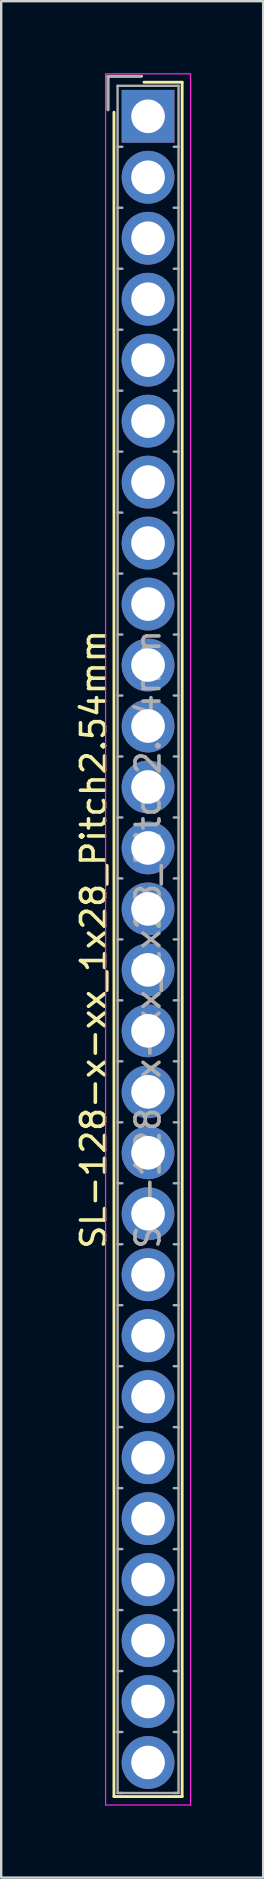
<source format=kicad_pcb>
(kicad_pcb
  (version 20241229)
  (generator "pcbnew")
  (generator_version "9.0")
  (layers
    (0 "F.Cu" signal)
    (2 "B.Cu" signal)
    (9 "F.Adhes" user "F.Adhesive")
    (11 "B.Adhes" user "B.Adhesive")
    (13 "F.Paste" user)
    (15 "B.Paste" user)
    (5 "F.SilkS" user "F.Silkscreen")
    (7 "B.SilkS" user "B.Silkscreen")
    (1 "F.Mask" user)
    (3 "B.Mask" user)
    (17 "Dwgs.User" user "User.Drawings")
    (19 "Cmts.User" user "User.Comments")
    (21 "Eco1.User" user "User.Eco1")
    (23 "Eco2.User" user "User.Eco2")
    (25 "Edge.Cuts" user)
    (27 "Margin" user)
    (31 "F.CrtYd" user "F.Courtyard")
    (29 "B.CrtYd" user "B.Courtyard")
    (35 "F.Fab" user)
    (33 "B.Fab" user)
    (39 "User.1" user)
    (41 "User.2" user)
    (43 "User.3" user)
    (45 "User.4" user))
  (footprint "SL-128-x-xx_1x28_Pitch2.54mm"
    (layer "F.Cu")
    (at 3.118 1.795)
    (property "Reference" "SL-128-x-xx_1x28_Pitch2.54mm" (at -2.27 34.29 90) (layer "F.SilkS") (effects (font (size 1 1) (thickness 0.15))))
    (attr through_hole)
    (fp_line (start -1.67 -1.67) (end -1.67 -0.27) (stroke (width 0.12) (type solid)) (layer "F.SilkS"))
    (fp_line (start -1.42 70) (end -1.42 -0.17) (stroke (width 0.12) (type solid)) (layer "F.SilkS"))
    (fp_line (start -0.27 -1.67) (end -1.67 -1.67) (stroke (width 0.12) (type solid)) (layer "F.SilkS"))
    (fp_line (start -0.17 -1.42) (end 1.42 -1.42) (stroke (width 0.12) (type solid)) (layer "F.SilkS"))
    (fp_line (start 1.42 -1.42) (end 1.42 70) (stroke (width 0.12) (type solid)) (layer "F.SilkS"))
    (fp_line (start 1.42 70) (end -1.42 70) (stroke (width 0.12) (type solid)) (layer "F.SilkS"))
    (fp_line (start -1.77 -1.77) (end -1.77 70.35) (stroke (width 0.05) (type solid)) (layer "F.CrtYd"))
    (fp_line (start -1.77 70.35) (end 1.77 70.35) (stroke (width 0.05) (type solid)) (layer "F.CrtYd"))
    (fp_line (start 1.77 -1.77) (end -1.77 -1.77) (stroke (width 0.05) (type solid)) (layer "F.CrtYd"))
    (fp_line (start 1.77 70.35) (end 1.77 -1.77) (stroke (width 0.05) (type solid)) (layer "F.CrtYd"))
    (fp_line (start -1.67 -1.67) (end -1.67 -0.27) (stroke (width 0.1) (type solid)) (layer "F.Fab"))
    (fp_line (start -1.27 -1.27) (end -1.27 69.85) (stroke (width 0.1) (type solid)) (layer "F.Fab"))
    (fp_line (start -1.27 1.27) (end -1.07 1.27) (stroke (width 0.1) (type solid)) (layer "F.Fab"))
    (fp_line (start -1.27 3.81) (end -1.07 3.81) (stroke (width 0.1) (type solid)) (layer "F.Fab"))
    (fp_line (start -1.27 6.35) (end -1.07 6.35) (stroke (width 0.1) (type solid)) (layer "F.Fab"))
    (fp_line (start -1.27 8.89) (end -1.07 8.89) (stroke (width 0.1) (type solid)) (layer "F.Fab"))
    (fp_line (start -1.27 11.43) (end -1.07 11.43) (stroke (width 0.1) (type solid)) (layer "F.Fab"))
    (fp_line (start -1.27 13.97) (end -1.07 13.97) (stroke (width 0.1) (type solid)) (layer "F.Fab"))
    (fp_line (start -1.27 16.51) (end -1.07 16.51) (stroke (width 0.1) (type solid)) (layer "F.Fab"))
    (fp_line (start -1.27 19.05) (end -1.07 19.05) (stroke (width 0.1) (type solid)) (layer "F.Fab"))
    (fp_line (start -1.27 21.59) (end -1.07 21.59) (stroke (width 0.1) (type solid)) (layer "F.Fab"))
    (fp_line (start -1.27 24.13) (end -1.07 24.13) (stroke (width 0.1) (type solid)) (layer "F.Fab"))
    (fp_line (start -1.27 26.67) (end -1.07 26.67) (stroke (width 0.1) (type solid)) (layer "F.Fab"))
    (fp_line (start -1.27 29.21) (end -1.07 29.21) (stroke (width 0.1) (type solid)) (layer "F.Fab"))
    (fp_line (start -1.27 31.75) (end -1.07 31.75) (stroke (width 0.1) (type solid)) (layer "F.Fab"))
    (fp_line (start -1.27 34.29) (end -1.07 34.29) (stroke (width 0.1) (type solid)) (layer "F.Fab"))
    (fp_line (start -1.27 36.83) (end -1.07 36.83) (stroke (width 0.1) (type solid)) (layer "F.Fab"))
    (fp_line (start -1.27 39.37) (end -1.07 39.37) (stroke (width 0.1) (type solid)) (layer "F.Fab"))
    (fp_line (start -1.27 41.91) (end -1.07 41.91) (stroke (width 0.1) (type solid)) (layer "F.Fab"))
    (fp_line (start -1.27 44.45) (end -1.07 44.45) (stroke (width 0.1) (type solid)) (layer "F.Fab"))
    (fp_line (start -1.27 46.99) (end -1.07 46.99) (stroke (width 0.1) (type solid)) (layer "F.Fab"))
    (fp_line (start -1.27 49.53) (end -1.07 49.53) (stroke (width 0.1) (type solid)) (layer "F.Fab"))
    (fp_line (start -1.27 52.07) (end -1.07 52.07) (stroke (width 0.1) (type solid)) (layer "F.Fab"))
    (fp_line (start -1.27 54.61) (end -1.07 54.61) (stroke (width 0.1) (type solid)) (layer "F.Fab"))
    (fp_line (start -1.27 57.15) (end -1.07 57.15) (stroke (width 0.1) (type solid)) (layer "F.Fab"))
    (fp_line (start -1.27 59.69) (end -1.07 59.69) (stroke (width 0.1) (type solid)) (layer "F.Fab"))
    (fp_line (start -1.27 62.23) (end -1.07 62.23) (stroke (width 0.1) (type solid)) (layer "F.Fab"))
    (fp_line (start -1.27 64.77) (end -1.07 64.77) (stroke (width 0.1) (type solid)) (layer "F.Fab"))
    (fp_line (start -1.27 67.31) (end -1.07 67.31) (stroke (width 0.1) (type solid)) (layer "F.Fab"))
    (fp_line (start -1.27 69.85) (end -1.07 69.85) (stroke (width 0.1) (type solid)) (layer "F.Fab"))
    (fp_line (start -1.27 69.85) (end 1.27 69.85) (stroke (width 0.1) (type solid)) (layer "F.Fab"))
    (fp_line (start -0.27 -1.67) (end -1.67 -1.67) (stroke (width 0.1) (type solid)) (layer "F.Fab"))
    (fp_line (start 1.27 -1.27) (end -1.27 -1.27) (stroke (width 0.1) (type solid)) (layer "F.Fab"))
    (fp_line (start 1.27 1.27) (end 1.07 1.27) (stroke (width 0.1) (type solid)) (layer "F.Fab"))
    (fp_line (start 1.27 3.81) (end 1.07 3.81) (stroke (width 0.1) (type solid)) (layer "F.Fab"))
    (fp_line (start 1.27 6.35) (end 1.07 6.35) (stroke (width 0.1) (type solid)) (layer "F.Fab"))
    (fp_line (start 1.27 8.89) (end 1.07 8.89) (stroke (width 0.1) (type solid)) (layer "F.Fab"))
    (fp_line (start 1.27 11.43) (end 1.07 11.43) (stroke (width 0.1) (type solid)) (layer "F.Fab"))
    (fp_line (start 1.27 13.97) (end 1.07 13.97) (stroke (width 0.1) (type solid)) (layer "F.Fab"))
    (fp_line (start 1.27 16.51) (end 1.07 16.51) (stroke (width 0.1) (type solid)) (layer "F.Fab"))
    (fp_line (start 1.27 19.05) (end 1.07 19.05) (stroke (width 0.1) (type solid)) (layer "F.Fab"))
    (fp_line (start 1.27 21.59) (end 1.07 21.59) (stroke (width 0.1) (type solid)) (layer "F.Fab"))
    (fp_line (start 1.27 24.13) (end 1.07 24.13) (stroke (width 0.1) (type solid)) (layer "F.Fab"))
    (fp_line (start 1.27 26.67) (end 1.07 26.67) (stroke (width 0.1) (type solid)) (layer "F.Fab"))
    (fp_line (start 1.27 29.21) (end 1.07 29.21) (stroke (width 0.1) (type solid)) (layer "F.Fab"))
    (fp_line (start 1.27 31.75) (end 1.07 31.75) (stroke (width 0.1) (type solid)) (layer "F.Fab"))
    (fp_line (start 1.27 34.29) (end 1.07 34.29) (stroke (width 0.1) (type solid)) (layer "F.Fab"))
    (fp_line (start 1.27 36.83) (end 1.07 36.83) (stroke (width 0.1) (type solid)) (layer "F.Fab"))
    (fp_line (start 1.27 39.37) (end 1.07 39.37) (stroke (width 0.1) (type solid)) (layer "F.Fab"))
    (fp_line (start 1.27 41.91) (end 1.07 41.91) (stroke (width 0.1) (type solid)) (layer "F.Fab"))
    (fp_line (start 1.27 44.45) (end 1.07 44.45) (stroke (width 0.1) (type solid)) (layer "F.Fab"))
    (fp_line (start 1.27 46.99) (end 1.07 46.99) (stroke (width 0.1) (type solid)) (layer "F.Fab"))
    (fp_line (start 1.27 49.53) (end 1.07 49.53) (stroke (width 0.1) (type solid)) (layer "F.Fab"))
    (fp_line (start 1.27 52.07) (end 1.07 52.07) (stroke (width 0.1) (type solid)) (layer "F.Fab"))
    (fp_line (start 1.27 54.61) (end 1.07 54.61) (stroke (width 0.1) (type solid)) (layer "F.Fab"))
    (fp_line (start 1.27 57.15) (end 1.07 57.15) (stroke (width 0.1) (type solid)) (layer "F.Fab"))
    (fp_line (start 1.27 59.69) (end 1.07 59.69) (stroke (width 0.1) (type solid)) (layer "F.Fab"))
    (fp_line (start 1.27 62.23) (end 1.07 62.23) (stroke (width 0.1) (type solid)) (layer "F.Fab"))
    (fp_line (start 1.27 64.77) (end 1.07 64.77) (stroke (width 0.1) (type solid)) (layer "F.Fab"))
    (fp_line (start 1.27 67.31) (end 1.07 67.31) (stroke (width 0.1) (type solid)) (layer "F.Fab"))
    (fp_line (start 1.27 69.85) (end 1.07 69.85) (stroke (width 0.1) (type solid)) (layer "F.Fab"))
    (fp_line (start 1.27 69.85) (end 1.27 -1.27) (stroke (width 0.1) (type solid)) (layer "F.Fab"))
    (fp_text user "${REFERENCE}" (at 0 34.29 90) (layer "F.Fab") (effects (font (size 1 1) (thickness 0.15))))
    (pad "1" thru_hole rect (at 0 0) (size 2.2 2.2) (drill 1.4) (layers "*.Cu" "*.Mask"))
    (pad "2" thru_hole circle (at 0 2.54) (size 2.2 2.2) (drill 1.4) (layers "*.Cu" "*.Mask"))
    (pad "3" thru_hole circle (at 0 5.08) (size 2.2 2.2) (drill 1.4) (layers "*.Cu" "*.Mask"))
    (pad "4" thru_hole circle (at 0 7.62) (size 2.2 2.2) (drill 1.4) (layers "*.Cu" "*.Mask"))
    (pad "5" thru_hole circle (at 0 10.16) (size 2.2 2.2) (drill 1.4) (layers "*.Cu" "*.Mask"))
    (pad "6" thru_hole circle (at 0 12.7) (size 2.2 2.2) (drill 1.4) (layers "*.Cu" "*.Mask"))
    (pad "7" thru_hole circle (at 0 15.24) (size 2.2 2.2) (drill 1.4) (layers "*.Cu" "*.Mask"))
    (pad "8" thru_hole circle (at 0 17.78) (size 2.2 2.2) (drill 1.4) (layers "*.Cu" "*.Mask"))
    (pad "9" thru_hole circle (at 0 20.32) (size 2.2 2.2) (drill 1.4) (layers "*.Cu" "*.Mask"))
    (pad "10" thru_hole circle (at 0 22.86) (size 2.2 2.2) (drill 1.4) (layers "*.Cu" "*.Mask"))
    (pad "11" thru_hole circle (at 0 25.4) (size 2.2 2.2) (drill 1.4) (layers "*.Cu" "*.Mask"))
    (pad "12" thru_hole circle (at 0 27.94) (size 2.2 2.2) (drill 1.4) (layers "*.Cu" "*.Mask"))
    (pad "13" thru_hole circle (at 0 30.48) (size 2.2 2.2) (drill 1.4) (layers "*.Cu" "*.Mask"))
    (pad "14" thru_hole circle (at 0 33.02) (size 2.2 2.2) (drill 1.4) (layers "*.Cu" "*.Mask"))
    (pad "15" thru_hole circle (at 0 35.56) (size 2.2 2.2) (drill 1.4) (layers "*.Cu" "*.Mask"))
    (pad "16" thru_hole circle (at 0 38.1) (size 2.2 2.2) (drill 1.4) (layers "*.Cu" "*.Mask"))
    (pad "17" thru_hole circle (at 0 40.64) (size 2.2 2.2) (drill 1.4) (layers "*.Cu" "*.Mask"))
    (pad "18" thru_hole circle (at 0 43.18) (size 2.2 2.2) (drill 1.4) (layers "*.Cu" "*.Mask"))
    (pad "19" thru_hole circle (at 0 45.72) (size 2.2 2.2) (drill 1.4) (layers "*.Cu" "*.Mask"))
    (pad "20" thru_hole circle (at 0 48.26) (size 2.2 2.2) (drill 1.4) (layers "*.Cu" "*.Mask"))
    (pad "21" thru_hole circle (at 0 50.8) (size 2.2 2.2) (drill 1.4) (layers "*.Cu" "*.Mask"))
    (pad "22" thru_hole circle (at 0 53.34) (size 2.2 2.2) (drill 1.4) (layers "*.Cu" "*.Mask"))
    (pad "23" thru_hole circle (at 0 55.88) (size 2.2 2.2) (drill 1.4) (layers "*.Cu" "*.Mask"))
    (pad "24" thru_hole circle (at 0 58.42) (size 2.2 2.2) (drill 1.4) (layers "*.Cu" "*.Mask"))
    (pad "25" thru_hole circle (at 0 60.96) (size 2.2 2.2) (drill 1.4) (layers "*.Cu" "*.Mask"))
    (pad "26" thru_hole circle (at 0 63.5) (size 2.2 2.2) (drill 1.4) (layers "*.Cu" "*.Mask"))
    (pad "27" thru_hole circle (at 0 66.04) (size 2.2 2.2) (drill 1.4) (layers "*.Cu" "*.Mask"))
    (pad "28" thru_hole circle (at 0 68.58) (size 2.2 2.2) (drill 1.4) (layers "*.Cu" "*.Mask")))
  (gr_rect
    (start -3 -3)
    (end 7.913 75.17)
    (stroke (width 0.1) (type default))
    (fill no)
    (layer "Edge.Cuts")))
</source>
